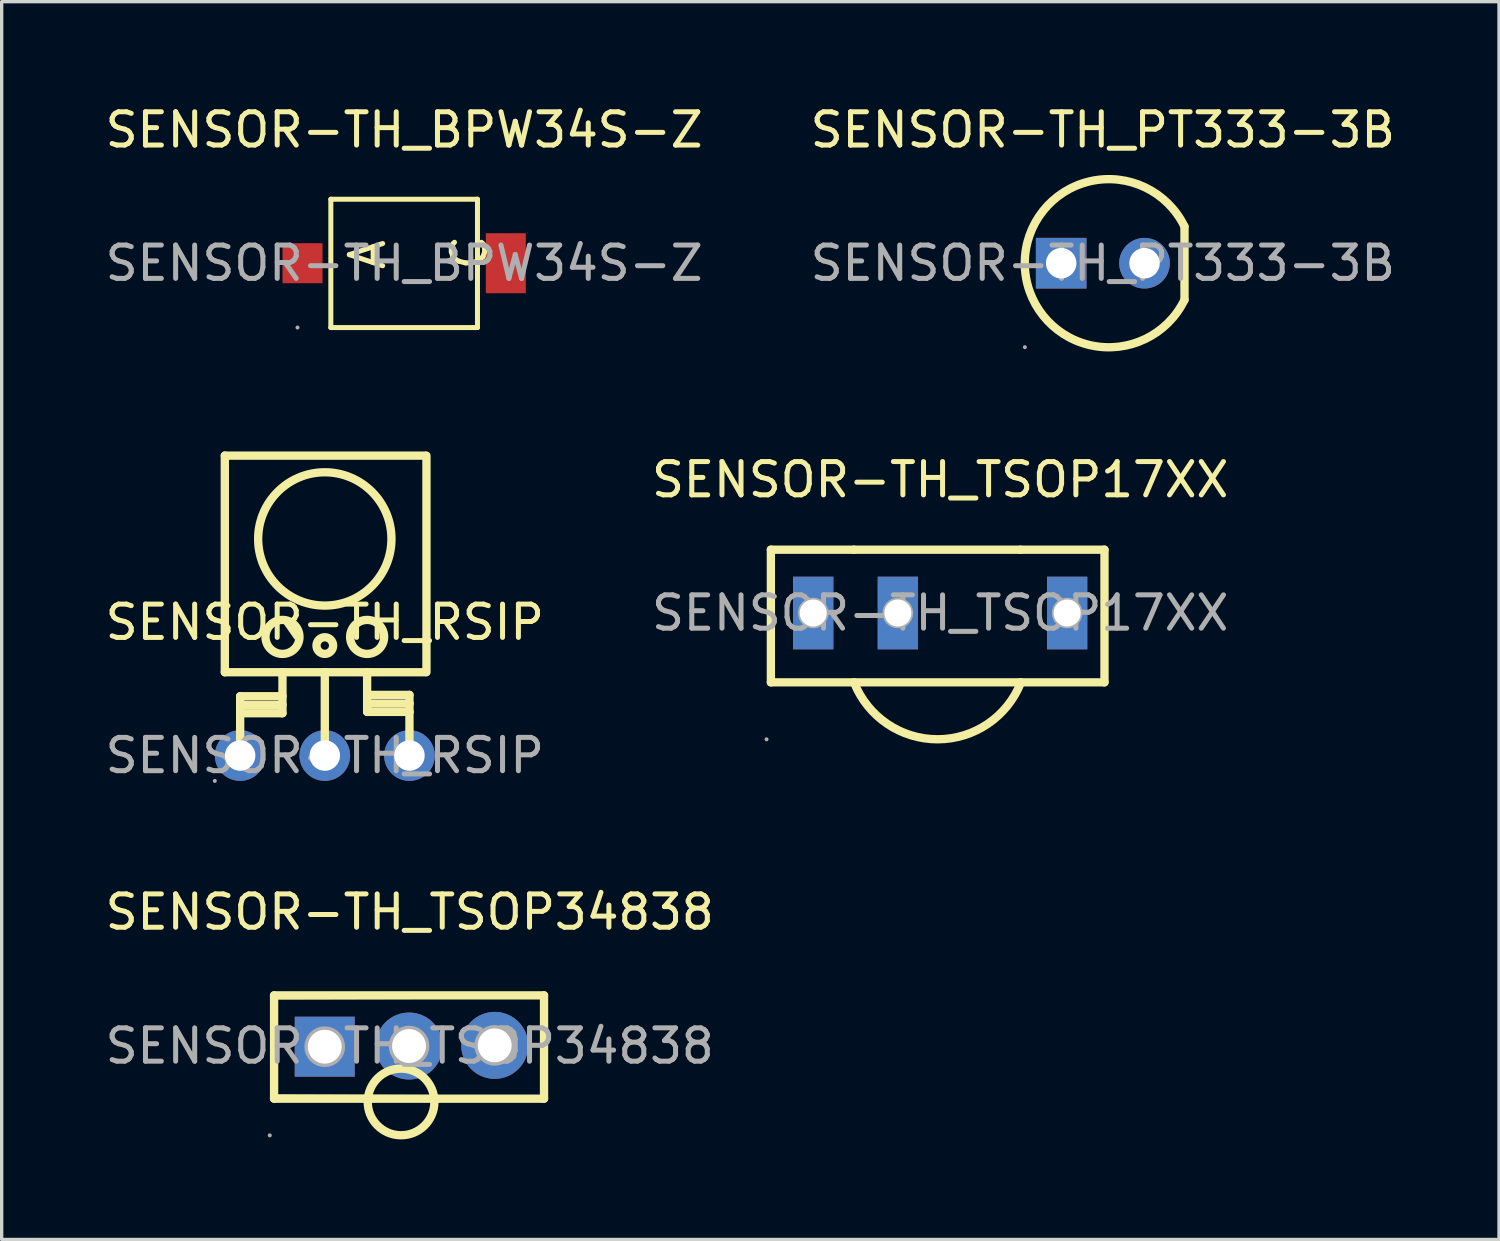
<source format=kicad_pcb>
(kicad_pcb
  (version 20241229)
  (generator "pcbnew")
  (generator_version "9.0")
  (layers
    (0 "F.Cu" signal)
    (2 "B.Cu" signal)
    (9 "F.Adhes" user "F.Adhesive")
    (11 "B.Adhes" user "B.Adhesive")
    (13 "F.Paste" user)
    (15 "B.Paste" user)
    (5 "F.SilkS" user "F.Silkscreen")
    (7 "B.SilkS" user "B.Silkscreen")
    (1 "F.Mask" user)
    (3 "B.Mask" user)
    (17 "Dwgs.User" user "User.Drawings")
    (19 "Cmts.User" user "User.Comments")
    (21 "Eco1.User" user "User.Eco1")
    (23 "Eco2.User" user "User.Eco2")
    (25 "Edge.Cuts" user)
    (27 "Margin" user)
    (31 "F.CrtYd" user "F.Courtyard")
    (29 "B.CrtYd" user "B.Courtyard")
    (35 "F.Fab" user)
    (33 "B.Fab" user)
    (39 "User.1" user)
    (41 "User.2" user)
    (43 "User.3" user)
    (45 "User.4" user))
  (footprint "SENSOR-TH_BPW34S-Z"
    (layer "F.Cu")
    (at 9.077 4.848)
    (property "Reference" "SENSOR-TH_BPW34S-Z" (at 0 -4 0) (layer "F.SilkS") (effects (font (size 1 1) (thickness 0.15))))
    (attr through_hole)
    (fp_line (start -2.2 -1.92) (end 2.18 -1.92) (stroke (width 0.15) (type solid)) (layer "F.SilkS"))
    (fp_line (start -2.2 1.93) (end -2.2 -1.92) (stroke (width 0.15) (type solid)) (layer "F.SilkS"))
    (fp_line (start 2.2 -1.92) (end 2.2 -1.92) (stroke (width 0.15) (type solid)) (layer "F.SilkS"))
    (fp_line (start 2.2 -1.92) (end 2.2 1.93) (stroke (width 0.15) (type solid)) (layer "F.SilkS"))
    (fp_line (start 2.2 1.93) (end -2.2 1.93) (stroke (width 0.15) (type solid)) (layer "F.SilkS"))
    (fp_circle (center -3.2 1.93) (end -3.17 1.93) (stroke (width 0.06) (type solid)) (fill no) (layer "F.Fab"))
    (fp_text user "A" (at -1.1 0.27 90) (layer "F.SilkS") (effects (font (size 1 1) (thickness 0.15)) (justify left)))
    (fp_text user "C" (at 1.96 0.28 90) (layer "F.SilkS") (effects (font (size 1 1) (thickness 0.15)) (justify left)))
    (fp_text user "${REFERENCE}" (at 0 0 0) (layer "F.Fab") (effects (font (size 1 1) (thickness 0.15))))
    (pad "1" smd rect (at -3.05 0 90) (size 1.2 1.2) (layers "F.Cu" "F.Mask" "F.Paste"))
    (pad "2" smd rect (at 3.05 0) (size 1.2 1.8) (layers "F.Cu" "F.Mask" "F.Paste")))
  (footprint "SENSOR-TH_TSOP34838"
    (layer "F.Cu")
    (at 9.244 28.337)
    (property "Reference" "SENSOR-TH_TSOP34838" (at 0 -4.02 0) (layer "F.SilkS") (effects (font (size 1 1) (thickness 0.15))))
    (attr through_hole)
    (fp_line (start -4.07 -1.52) (end 4.03 -1.52) (stroke (width 0.25) (type solid)) (layer "F.SilkS"))
    (fp_line (start -4.07 -1.5) (end 4.03 -1.52) (stroke (width 0.2) (type solid)) (layer "F.SilkS"))
    (fp_line (start -4.07 1.55) (end -4.07 -1.5) (stroke (width 0.2) (type solid)) (layer "F.SilkS"))
    (fp_line (start -4.07 1.58) (end -4.07 -1.52) (stroke (width 0.25) (type solid)) (layer "F.SilkS"))
    (fp_line (start 4.03 -1.52) (end 4.03 1.58) (stroke (width 0.2) (type solid)) (layer "F.SilkS"))
    (fp_line (start 4.03 -1.52) (end 4.03 1.58) (stroke (width 0.25) (type solid)) (layer "F.SilkS"))
    (fp_line (start 4.03 1.58) (end -4.07 1.55) (stroke (width 0.2) (type solid)) (layer "F.SilkS"))
    (fp_line (start 4.03 1.58) (end -4.07 1.58) (stroke (width 0.25) (type solid)) (layer "F.SilkS"))
    (fp_arc (start 0.739848 1.697452) (mid -1.259962 1.671274) (end 0.74 1.68) (stroke (width 0.25) (type solid)) (layer "F.SilkS"))
    (fp_circle (center -4.2 2.68) (end -4.17 2.68) (stroke (width 0.06) (type solid)) (fill no) (layer "F.Fab"))
    (fp_circle (center -2.55 0.02) (end -2.35 0.02) (stroke (width 0.41) (type solid)) (fill no) (layer "F.Fab"))
    (fp_circle (center -0.02 0) (end 0.18 0) (stroke (width 0.41) (type solid)) (fill no) (layer "F.Fab"))
    (fp_circle (center 2.55 -0.02) (end 2.75 -0.02) (stroke (width 0.41) (type solid)) (fill no) (layer "F.Fab"))
    (fp_text user "${REFERENCE}" (at 0 0 0) (layer "F.Fab") (effects (font (size 1 1) (thickness 0.15))))
    (pad "1" thru_hole rect (at -2.55 0.02) (size 1.8 1.8) (drill 1.016) (layers "*.Cu" "*.Paste" "*.Mask"))
    (pad "2" thru_hole circle (at -0.02 0) (size 2.01 2.01) (drill 1.016) (layers "*.Cu" "*.Paste" "*.Mask"))
    (pad "3" thru_hole circle (at 2.55 -0.02) (size 2.01 2.01) (drill 1.016) (layers "*.Cu" "*.Paste" "*.Mask")))
  (footprint "SENSOR-TH_TSOP17XX"
    (layer "F.Cu")
    (at 25.161 15.344)
    (property "Reference" "SENSOR-TH_TSOP17XX" (at 0 -4 0) (layer "F.SilkS") (effects (font (size 1 1) (thickness 0.15))))
    (attr through_hole)
    (fp_line (start -5.08 -1.9) (end -2.59 -1.9) (stroke (width 0.25) (type solid)) (layer "F.SilkS"))
    (fp_line (start -5.08 2.08) (end -5.08 -1.9) (stroke (width 0.25) (type solid)) (layer "F.SilkS"))
    (fp_line (start -5.08 2.08) (end -2.59 2.08) (stroke (width 0.25) (type solid)) (layer "F.SilkS"))
    (fp_line (start -2.59 -1.9) (end 2.41 -1.9) (stroke (width 0.25) (type solid)) (layer "F.SilkS"))
    (fp_line (start -2.59 2.08) (end 2.41 2.08) (stroke (width 0.25) (type solid)) (layer "F.SilkS"))
    (fp_line (start 2.41 -1.9) (end 4.93 -1.9) (stroke (width 0.25) (type solid)) (layer "F.SilkS"))
    (fp_line (start 2.41 2.08) (end 4.93 2.08) (stroke (width 0.25) (type solid)) (layer "F.SilkS"))
    (fp_line (start 4.93 -1.9) (end 4.93 2.08) (stroke (width 0.25) (type solid)) (layer "F.SilkS"))
    (fp_arc (start 2.42 2.09) (mid -0.077117 3.788883) (end -2.577871 2.095359) (stroke (width 0.25) (type solid)) (layer "F.SilkS"))
    (fp_circle (center -5.21 3.79) (end -5.18 3.79) (stroke (width 0.06) (type solid)) (fill no) (layer "F.Fab"))
    (fp_circle (center -3.81 0) (end -3.66 0) (stroke (width 0.31) (type solid)) (fill no) (layer "F.Fab"))
    (fp_circle (center -1.27 0) (end -1.12 0) (stroke (width 0.31) (type solid)) (fill no) (layer "F.Fab"))
    (fp_circle (center 3.81 0) (end 3.96 0) (stroke (width 0.31) (type solid)) (fill no) (layer "F.Fab"))
    (fp_text user "${REFERENCE}" (at 0 0 0) (layer "F.Fab") (effects (font (size 1 1) (thickness 0.15))))
    (pad "GND" thru_hole rect (at -3.81 0 90) (size 2.18 1.21) (drill 0.813) (layers "*.Cu" "*.Paste" "*.Mask"))
    (pad "OUT" thru_hole rect (at 3.81 0 90) (size 2.18 1.21) (drill 0.813) (layers "*.Cu" "*.Paste" "*.Mask"))
    (pad "V+" thru_hole rect (at -1.27 0 90) (size 2.18 1.21) (drill 0.813) (layers "*.Cu" "*.Paste" "*.Mask")))
  (footprint "SENSOR-TH_PT333-3B"
    (layer "F.Cu")
    (at 30.042 4.848)
    (property "Reference" "SENSOR-TH_PT333-3B" (at 0 -4 0) (layer "F.SilkS") (effects (font (size 1 1) (thickness 0.15))))
    (attr through_hole)
    (fp_line (start 2.45 -1.1) (end 2.45 1.1) (stroke (width 0.25) (type solid)) (layer "F.SilkS"))
    (fp_arc (start 2.449 1.102062) (mid -2.342479 -0.001146) (end 2.45 -1.1) (stroke (width 0.25) (type solid)) (layer "F.SilkS"))
    (fp_circle (center -2.34 2.52) (end -2.31 2.52) (stroke (width 0.06) (type solid)) (fill no) (layer "F.Fab"))
    (fp_circle (center -1.25 0) (end -1.07 0) (stroke (width 0.36) (type solid)) (fill no) (layer "F.Fab"))
    (fp_circle (center 1.25 0) (end 1.43 0) (stroke (width 0.36) (type solid)) (fill no) (layer "F.Fab"))
    (fp_text user "${REFERENCE}" (at 0 0 0) (layer "F.Fab") (effects (font (size 1 1) (thickness 0.15))))
    (pad "1" thru_hole rect (at -1.25 0) (size 1.52 1.52) (drill 0.914) (layers "*.Cu" "*.Paste" "*.Mask"))
    (pad "2" thru_hole circle (at 1.25 0) (size 1.52 1.52) (drill 0.914) (layers "*.Cu" "*.Paste" "*.Mask")))
  (footprint "SENSOR-TH_RSIP"
    (layer "F.Cu")
    (at 6.696 19.621)
    (property "Reference" "SENSOR-TH_RSIP" (at 0 -4 0) (layer "F.SilkS") (effects (font (size 1 1) (thickness 0.15))))
    (attr through_hole)
    (fp_line (start -3 -9) (end 3 -9) (stroke (width 0.25) (type solid)) (layer "F.SilkS"))
    (fp_line (start -3 -2.5) (end -3 -9) (stroke (width 0.25) (type solid)) (layer "F.SilkS"))
    (fp_line (start -2.54 -1.78) (end -2.54 -1.52) (stroke (width 0.25) (type solid)) (layer "F.SilkS"))
    (fp_line (start -2.54 -1.52) (end -2.54 -1.27) (stroke (width 0.25) (type solid)) (layer "F.SilkS"))
    (fp_line (start -2.54 -1.27) (end -2.54 0) (stroke (width 0.25) (type solid)) (layer "F.SilkS"))
    (fp_line (start -1.27 -2.5) (end -1.27 -1.27) (stroke (width 0.25) (type solid)) (layer "F.SilkS"))
    (fp_line (start -1.27 -1.78) (end -2.54 -1.78) (stroke (width 0.25) (type solid)) (layer "F.SilkS"))
    (fp_line (start -1.27 -1.52) (end -2.54 -1.52) (stroke (width 0.25) (type solid)) (layer "F.SilkS"))
    (fp_line (start -1.27 -1.27) (end -2.54 -1.27) (stroke (width 0.25) (type solid)) (layer "F.SilkS"))
    (fp_line (start 0 -2.5) (end 0 -0.25) (stroke (width 0.25) (type solid)) (layer "F.SilkS"))
    (fp_line (start 1.27 -2.5) (end 1.27 -1.31) (stroke (width 0.25) (type solid)) (layer "F.SilkS"))
    (fp_line (start 1.27 -1.82) (end 2.54 -1.82) (stroke (width 0.25) (type solid)) (layer "F.SilkS"))
    (fp_line (start 1.27 -1.56) (end 2.54 -1.56) (stroke (width 0.25) (type solid)) (layer "F.SilkS"))
    (fp_line (start 1.27 -1.31) (end 2.54 -1.31) (stroke (width 0.25) (type solid)) (layer "F.SilkS"))
    (fp_line (start 2.54 -1.82) (end 2.54 -1.56) (stroke (width 0.25) (type solid)) (layer "F.SilkS"))
    (fp_line (start 2.54 -1.56) (end 2.54 -1.31) (stroke (width 0.25) (type solid)) (layer "F.SilkS"))
    (fp_line (start 2.54 -1.31) (end 2.54 -0.04) (stroke (width 0.25) (type solid)) (layer "F.SilkS"))
    (fp_line (start 3 -2.5) (end -3 -2.5) (stroke (width 0.25) (type solid)) (layer "F.SilkS"))
    (fp_line (start 3.05 -9) (end 3.05 -2.5) (stroke (width 0.25) (type solid)) (layer "F.SilkS"))
    (fp_circle (center -1.27 -3.56) (end -0.76 -3.56) (stroke (width 0.25) (type solid)) (fill no) (layer "F.SilkS"))
    (fp_circle (center 0 -6.5) (end 2 -6.5) (stroke (width 0.25) (type solid)) (fill no) (layer "F.SilkS"))
    (fp_circle (center 0 -3.3) (end 0.25 -3.3) (stroke (width 0.25) (type solid)) (fill no) (layer "F.SilkS"))
    (fp_circle (center 1.27 -3.56) (end 1.78 -3.56) (stroke (width 0.25) (type solid)) (fill no) (layer "F.SilkS"))
    (fp_circle (center -3.3 0.76) (end -3.27 0.76) (stroke (width 0.06) (type solid)) (fill no) (layer "F.Fab"))
    (fp_circle (center -2.54 0) (end -2.36 0) (stroke (width 0.36) (type solid)) (fill no) (layer "F.Fab"))
    (fp_circle (center 0 0) (end 0.18 0) (stroke (width 0.36) (type solid)) (fill no) (layer "F.Fab"))
    (fp_circle (center 2.54 0) (end 2.72 0) (stroke (width 0.36) (type solid)) (fill no) (layer "F.Fab"))
    (fp_text user "${REFERENCE}" (at 0 0 0) (layer "F.Fab") (effects (font (size 1 1) (thickness 0.15))))
    (pad "1" thru_hole circle (at -2.54 0) (size 1.52 1.52) (drill 0.914) (layers "*.Cu" "*.Paste" "*.Mask"))
    (pad "2" thru_hole circle (at 0 0) (size 1.52 1.52) (drill 0.914) (layers "*.Cu" "*.Paste" "*.Mask"))
    (pad "3" thru_hole circle (at 2.54 0) (size 1.52 1.52) (drill 0.914) (layers "*.Cu" "*.Paste" "*.Mask")))
  (gr_rect
    (start -3 -3)
    (end 41.929 34.142)
    (stroke (width 0.1) (type default))
    (fill no)
    (layer "Edge.Cuts")))
</source>
